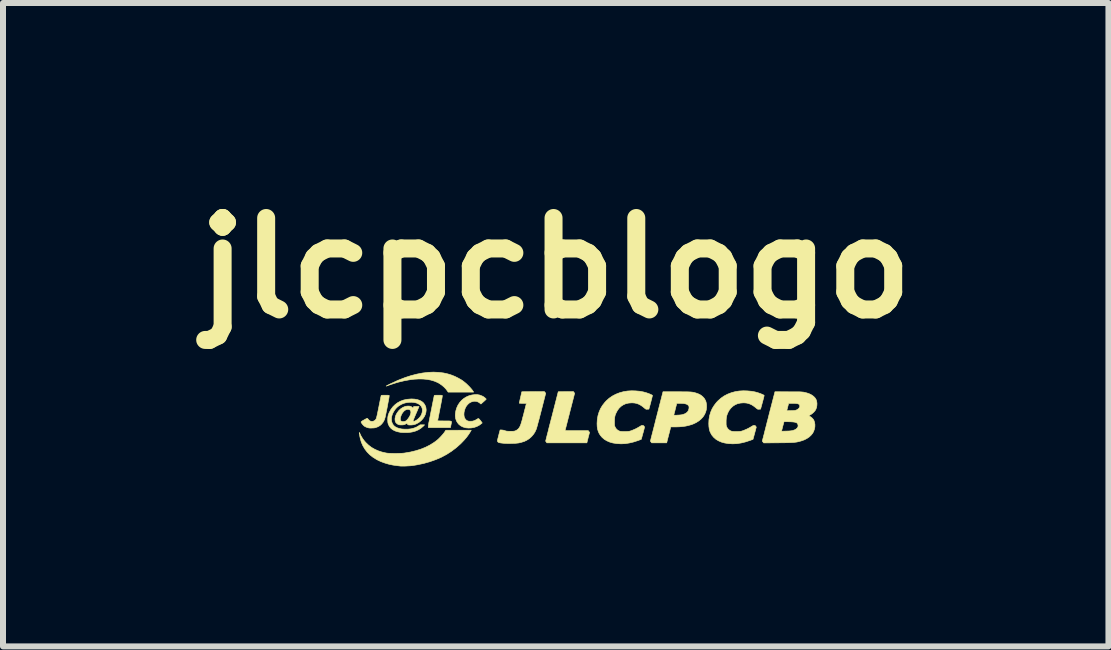
<source format=kicad_pcb>
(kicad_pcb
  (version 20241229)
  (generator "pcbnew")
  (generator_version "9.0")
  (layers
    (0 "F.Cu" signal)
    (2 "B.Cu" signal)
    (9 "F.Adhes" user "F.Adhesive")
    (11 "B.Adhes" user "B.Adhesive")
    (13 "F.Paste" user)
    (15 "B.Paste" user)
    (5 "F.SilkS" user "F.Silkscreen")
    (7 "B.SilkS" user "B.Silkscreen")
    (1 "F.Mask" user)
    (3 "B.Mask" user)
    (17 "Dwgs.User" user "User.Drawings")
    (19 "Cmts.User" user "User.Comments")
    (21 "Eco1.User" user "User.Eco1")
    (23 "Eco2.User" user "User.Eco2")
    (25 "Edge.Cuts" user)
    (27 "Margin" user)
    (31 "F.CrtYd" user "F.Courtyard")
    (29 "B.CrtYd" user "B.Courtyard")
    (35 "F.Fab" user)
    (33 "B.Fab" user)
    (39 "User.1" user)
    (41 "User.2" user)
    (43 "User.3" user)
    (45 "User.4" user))
  (footprint "jlcpcblogo"
    (layer "F.Cu")
    (at 6.712 3.918)
    (property "Reference" "jlcpcblogo" (at -0.5 -2.5 0) (layer "F.SilkS") (effects (font (size 1.524 1.524) (thickness 0.3))))
    (attr through_hole)
    (fp_poly (pts (xy -0.195 -0.427) (xy -0.185 -0.413) (xy -0.264 -0.106) (xy -0.276 -0.058) (xy -0.288 -0.012) (xy -0.299 0.031) (xy -0.309 0.07) (xy -0.318 0.106) (xy -0.326 0.137) (xy -0.333 0.163) (xy -0.338 0.183) (xy -0.342 0.197) (xy -0.344 0.205) (xy -0.344 0.205) (xy -0.343 0.207) (xy -0.339 0.208) (xy -0.33 0.208) (xy -0.317 0.209) (xy -0.299 0.21) (xy -0.275 0.21) (xy -0.245 0.21) (xy -0.209 0.21) (xy -0.165 0.21) (xy -0.152 0.21) (xy 0.043 0.21) (xy 0.053 0.224) (xy 0.064 0.238) (xy 0.041 0.325) (xy 0.019 0.413) (xy -0.647 0.413) (xy -0.657 0.399) (xy -0.668 0.384) (xy -0.659 0.348) (xy -0.657 0.339) (xy -0.653 0.323) (xy -0.647 0.3) (xy -0.64 0.272) (xy -0.631 0.238) (xy -0.621 0.199) (xy -0.611 0.156) (xy -0.599 0.11) (xy -0.586 0.061) (xy -0.573 0.009) (xy -0.559 -0.044) (xy -0.554 -0.064) (xy -0.458 -0.439) (xy -0.204 -0.441) (xy -0.195 -0.427)) (stroke (width 0.01) (type solid)) (fill yes) (layer "F.SilkS"))
    (fp_poly (pts (xy -2.453 -0.762) (xy -2.37 -0.752) (xy -2.298 -0.736) (xy -2.24 -0.718) (xy -2.182 -0.695) (xy -2.126 -0.667) (xy -2.073 -0.637) (xy -2.048 -0.62) (xy -2.021 -0.599) (xy -1.992 -0.575) (xy -1.964 -0.548) (xy -1.937 -0.521) (xy -1.913 -0.494) (xy -1.892 -0.469) (xy -1.877 -0.447) (xy -1.876 -0.445) (xy -1.869 -0.433) (xy -2.293 -0.433) (xy -2.308 -0.455) (xy -2.331 -0.486) (xy -2.361 -0.517) (xy -2.395 -0.546) (xy -2.432 -0.572) (xy -2.469 -0.594) (xy -2.471 -0.594) (xy -2.523 -0.616) (xy -2.58 -0.633) (xy -2.643 -0.645) (xy -2.71 -0.651) (xy -2.782 -0.652) (xy -2.858 -0.648) (xy -2.937 -0.638) (xy -3.02 -0.623) (xy -3.105 -0.603) (xy -3.128 -0.597) (xy -3.15 -0.591) (xy -3.175 -0.583) (xy -3.203 -0.574) (xy -3.231 -0.565) (xy -3.258 -0.556) (xy -3.282 -0.548) (xy -3.301 -0.541) (xy -3.309 -0.538) (xy -3.318 -0.534) (xy -3.324 -0.533) (xy -3.325 -0.534) (xy -3.322 -0.536) (xy -3.314 -0.541) (xy -3.299 -0.549) (xy -3.281 -0.558) (xy -3.259 -0.569) (xy -3.235 -0.58) (xy -3.209 -0.592) (xy -3.183 -0.604) (xy -3.158 -0.616) (xy -3.134 -0.627) (xy -3.112 -0.636) (xy -3.11 -0.637) (xy -3.009 -0.676) (xy -2.91 -0.708) (xy -2.813 -0.733) (xy -2.719 -0.751) (xy -2.627 -0.762) (xy -2.539 -0.766) (xy -2.453 -0.762)) (stroke (width 0.01) (type solid)) (fill yes) (layer "F.SilkS"))
    (fp_poly (pts (xy -2.434 -0.381) (xy -2.416 -0.381) (xy -2.404 -0.38) (xy -2.396 -0.379) (xy -2.392 -0.377) (xy -2.39 -0.375) (xy -2.39 -0.369) (xy -2.392 -0.356) (xy -2.395 -0.335) (xy -2.4 -0.306) (xy -2.407 -0.27) (xy -2.415 -0.227) (xy -2.425 -0.176) (xy -2.428 -0.163) (xy -2.435 -0.124) (xy -2.443 -0.087) (xy -2.449 -0.054) (xy -2.455 -0.024) (xy -2.46 0.002) (xy -2.464 0.022) (xy -2.467 0.036) (xy -2.468 0.044) (xy -2.469 0.045) (xy -2.465 0.045) (xy -2.454 0.046) (xy -2.437 0.047) (xy -2.416 0.047) (xy -2.39 0.047) (xy -2.362 0.048) (xy -2.358 0.048) (xy -2.323 0.048) (xy -2.295 0.048) (xy -2.274 0.048) (xy -2.258 0.05) (xy -2.247 0.052) (xy -2.241 0.055) (xy -2.237 0.06) (xy -2.237 0.066) (xy -2.238 0.075) (xy -2.24 0.085) (xy -2.24 0.087) (xy -2.244 0.106) (xy -2.248 0.125) (xy -2.25 0.136) (xy -2.255 0.159) (xy -2.62 0.159) (xy -2.624 0.149) (xy -2.624 0.146) (xy -2.624 0.14) (xy -2.623 0.131) (xy -2.621 0.117) (xy -2.619 0.1) (xy -2.615 0.077) (xy -2.609 0.05) (xy -2.603 0.016) (xy -2.595 -0.024) (xy -2.586 -0.071) (xy -2.578 -0.111) (xy -2.569 -0.155) (xy -2.561 -0.197) (xy -2.553 -0.236) (xy -2.546 -0.271) (xy -2.54 -0.302) (xy -2.534 -0.328) (xy -2.53 -0.349) (xy -2.527 -0.364) (xy -2.526 -0.371) (xy -2.525 -0.372) (xy -2.524 -0.375) (xy -2.522 -0.378) (xy -2.518 -0.379) (xy -2.51 -0.38) (xy -2.498 -0.381) (xy -2.48 -0.381) (xy -2.458 -0.381) (xy -2.434 -0.381)) (stroke (width 0.01) (type solid)) (fill yes) (layer "F.SilkS"))
    (fp_poly (pts (xy -1.807 -0.391) (xy -1.767 -0.384) (xy -1.729 -0.369) (xy -1.724 -0.367) (xy -1.709 -0.359) (xy -1.694 -0.349) (xy -1.68 -0.338) (xy -1.669 -0.328) (xy -1.661 -0.32) (xy -1.659 -0.314) (xy -1.659 -0.314) (xy -1.663 -0.31) (xy -1.671 -0.302) (xy -1.683 -0.291) (xy -1.698 -0.277) (xy -1.704 -0.272) (xy -1.747 -0.234) (xy -1.763 -0.248) (xy -1.789 -0.266) (xy -1.817 -0.277) (xy -1.848 -0.281) (xy -1.877 -0.278) (xy -1.912 -0.267) (xy -1.943 -0.249) (xy -1.97 -0.224) (xy -1.993 -0.194) (xy -2.011 -0.158) (xy -2.023 -0.118) (xy -2.028 -0.094) (xy -2.03 -0.06) (xy -2.027 -0.029) (xy -2.018 -0.002) (xy -2.004 0.021) (xy -1.986 0.038) (xy -1.966 0.048) (xy -1.954 0.051) (xy -1.938 0.053) (xy -1.919 0.053) (xy -1.917 0.053) (xy -1.885 0.051) (xy -1.856 0.042) (xy -1.827 0.028) (xy -1.817 0.022) (xy -1.805 0.014) (xy -1.794 0.009) (xy -1.788 0.008) (xy -1.783 0.01) (xy -1.775 0.017) (xy -1.764 0.03) (xy -1.752 0.044) (xy -1.725 0.081) (xy -1.741 0.094) (xy -1.776 0.12) (xy -1.817 0.141) (xy -1.861 0.156) (xy -1.907 0.164) (xy -1.953 0.166) (xy -1.999 0.162) (xy -2.006 0.16) (xy -2.047 0.148) (xy -2.082 0.13) (xy -2.113 0.106) (xy -2.137 0.077) (xy -2.156 0.044) (xy -2.168 0.007) (xy -2.174 -0.034) (xy -2.173 -0.067) (xy -2.165 -0.12) (xy -2.15 -0.17) (xy -2.129 -0.216) (xy -2.102 -0.257) (xy -2.07 -0.294) (xy -2.033 -0.326) (xy -1.991 -0.352) (xy -1.946 -0.372) (xy -1.897 -0.385) (xy -1.849 -0.391) (xy -1.807 -0.391)) (stroke (width 0.01) (type solid)) (fill yes) (layer "F.SilkS"))
    (fp_poly (pts (xy -1.921 0.225) (xy -1.95 0.271) (xy -1.985 0.319) (xy -2.027 0.368) (xy -2.075 0.418) (xy -2.086 0.429) (xy -2.158 0.493) (xy -2.236 0.552) (xy -2.318 0.605) (xy -2.406 0.652) (xy -2.499 0.692) (xy -2.598 0.727) (xy -2.701 0.756) (xy -2.81 0.779) (xy -2.891 0.792) (xy -2.91 0.794) (xy -2.934 0.796) (xy -2.961 0.797) (xy -2.99 0.799) (xy -3.018 0.8) (xy -3.044 0.8) (xy -3.067 0.8) (xy -3.085 0.8) (xy -3.092 0.799) (xy -3.102 0.798) (xy -3.117 0.796) (xy -3.135 0.794) (xy -3.143 0.793) (xy -3.214 0.783) (xy -3.284 0.768) (xy -3.351 0.748) (xy -3.414 0.725) (xy -3.471 0.698) (xy -3.488 0.689) (xy -3.547 0.652) (xy -3.599 0.611) (xy -3.644 0.565) (xy -3.682 0.515) (xy -3.714 0.461) (xy -3.74 0.402) (xy -3.758 0.339) (xy -3.766 0.3) (xy -3.769 0.281) (xy -3.772 0.264) (xy -3.774 0.251) (xy -3.774 0.245) (xy -3.774 0.239) (xy -3.772 0.241) (xy -3.769 0.246) (xy -3.745 0.297) (xy -3.718 0.342) (xy -3.688 0.382) (xy -3.666 0.407) (xy -3.621 0.45) (xy -3.572 0.488) (xy -3.518 0.519) (xy -3.46 0.545) (xy -3.397 0.566) (xy -3.327 0.582) (xy -3.326 0.582) (xy -3.306 0.585) (xy -3.28 0.587) (xy -3.249 0.588) (xy -3.214 0.589) (xy -3.177 0.59) (xy -3.14 0.589) (xy -3.104 0.588) (xy -3.07 0.587) (xy -3.04 0.585) (xy -3.016 0.582) (xy -2.922 0.566) (xy -2.832 0.544) (xy -2.748 0.518) (xy -2.669 0.486) (xy -2.596 0.449) (xy -2.529 0.407) (xy -2.479 0.37) (xy -2.456 0.35) (xy -2.432 0.326) (xy -2.408 0.301) (xy -2.385 0.275) (xy -2.365 0.251) (xy -2.353 0.234) (xy -2.332 0.203) (xy -1.908 0.202) (xy -1.921 0.225)) (stroke (width 0.01) (type solid)) (fill yes) (layer "F.SilkS"))
    (fp_poly (pts (xy -3.319 -0.381) (xy -3.301 -0.381) (xy -3.289 -0.38) (xy -3.281 -0.379) (xy -3.277 -0.377) (xy -3.275 -0.375) (xy -3.275 -0.37) (xy -3.277 -0.358) (xy -3.279 -0.34) (xy -3.283 -0.317) (xy -3.288 -0.29) (xy -3.294 -0.26) (xy -3.3 -0.227) (xy -3.306 -0.193) (xy -3.313 -0.158) (xy -3.32 -0.123) (xy -3.327 -0.09) (xy -3.333 -0.059) (xy -3.339 -0.03) (xy -3.344 -0.009) (xy -3.357 0.031) (xy -3.376 0.067) (xy -3.401 0.099) (xy -3.43 0.125) (xy -3.465 0.145) (xy -3.503 0.159) (xy -3.511 0.161) (xy -3.529 0.164) (xy -3.552 0.165) (xy -3.575 0.166) (xy -3.598 0.166) (xy -3.615 0.164) (xy -3.616 0.164) (xy -3.639 0.158) (xy -3.663 0.149) (xy -3.684 0.138) (xy -3.693 0.132) (xy -3.705 0.121) (xy -3.718 0.107) (xy -3.73 0.091) (xy -3.739 0.077) (xy -3.744 0.067) (xy -3.743 0.063) (xy -3.738 0.058) (xy -3.729 0.051) (xy -3.714 0.041) (xy -3.697 0.032) (xy -3.679 0.022) (xy -3.663 0.013) (xy -3.651 0.007) (xy -3.643 0.004) (xy -3.642 0.004) (xy -3.636 0.007) (xy -3.629 0.015) (xy -3.623 0.022) (xy -3.607 0.04) (xy -3.588 0.051) (xy -3.567 0.055) (xy -3.546 0.054) (xy -3.526 0.046) (xy -3.508 0.033) (xy -3.494 0.014) (xy -3.489 0.002) (xy -3.487 -0.006) (xy -3.483 -0.021) (xy -3.478 -0.042) (xy -3.472 -0.068) (xy -3.466 -0.098) (xy -3.459 -0.131) (xy -3.452 -0.167) (xy -3.447 -0.191) (xy -3.44 -0.227) (xy -3.433 -0.261) (xy -3.427 -0.292) (xy -3.421 -0.319) (xy -3.417 -0.341) (xy -3.413 -0.358) (xy -3.411 -0.369) (xy -3.41 -0.372) (xy -3.409 -0.375) (xy -3.407 -0.378) (xy -3.403 -0.379) (xy -3.395 -0.38) (xy -3.383 -0.381) (xy -3.365 -0.381) (xy -3.343 -0.381) (xy -3.319 -0.381)) (stroke (width 0.01) (type solid)) (fill yes) (layer "F.SilkS"))
    (fp_poly (pts (xy -0.667 -0.413) (xy -0.74 -0.128) (xy -0.752 -0.081) (xy -0.764 -0.036) (xy -0.775 0.008) (xy -0.786 0.048) (xy -0.796 0.084) (xy -0.804 0.116) (xy -0.812 0.144) (xy -0.818 0.165) (xy -0.823 0.18) (xy -0.825 0.187) (xy -0.844 0.228) (xy -0.866 0.264) (xy -0.893 0.297) (xy -0.907 0.312) (xy -0.942 0.343) (xy -0.981 0.368) (xy -1.024 0.389) (xy -1.073 0.404) (xy -1.119 0.415) (xy -1.139 0.417) (xy -1.166 0.42) (xy -1.196 0.421) (xy -1.23 0.422) (xy -1.264 0.423) (xy -1.297 0.423) (xy -1.328 0.422) (xy -1.354 0.421) (xy -1.357 0.421) (xy -1.388 0.418) (xy -1.413 0.415) (xy -1.431 0.412) (xy -1.445 0.409) (xy -1.454 0.405) (xy -1.461 0.4) (xy -1.463 0.398) (xy -1.47 0.388) (xy -1.472 0.38) (xy -1.472 0.38) (xy -1.471 0.374) (xy -1.469 0.361) (xy -1.465 0.344) (xy -1.459 0.322) (xy -1.453 0.298) (xy -1.45 0.285) (xy -1.427 0.198) (xy -1.403 0.198) (xy -1.376 0.201) (xy -1.349 0.209) (xy -1.337 0.213) (xy -1.327 0.216) (xy -1.316 0.218) (xy -1.303 0.219) (xy -1.286 0.22) (xy -1.264 0.22) (xy -1.256 0.22) (xy -1.232 0.22) (xy -1.213 0.22) (xy -1.2 0.219) (xy -1.189 0.217) (xy -1.18 0.215) (xy -1.17 0.211) (xy -1.169 0.211) (xy -1.144 0.197) (xy -1.122 0.179) (xy -1.104 0.154) (xy -1.095 0.137) (xy -1.091 0.128) (xy -1.087 0.118) (xy -1.083 0.108) (xy -1.079 0.097) (xy -1.075 0.083) (xy -1.07 0.067) (xy -1.064 0.047) (xy -1.057 0.022) (xy -1.05 -0.008) (xy -1.04 -0.043) (xy -1.029 -0.086) (xy -1.026 -0.099) (xy -1.018 -0.131) (xy -1.01 -0.16) (xy -1.004 -0.186) (xy -0.998 -0.208) (xy -0.994 -0.225) (xy -0.991 -0.235) (xy -0.99 -0.239) (xy -0.99 -0.242) (xy -0.991 -0.244) (xy -0.997 -0.245) (xy -1.006 -0.246) (xy -1.021 -0.246) (xy -1.043 -0.246) (xy -1.047 -0.246) (xy -1.068 -0.246) (xy -1.086 -0.247) (xy -1.099 -0.248) (xy -1.106 -0.248) (xy -1.107 -0.249) (xy -1.106 -0.254) (xy -1.104 -0.265) (xy -1.1 -0.282) (xy -1.096 -0.303) (xy -1.09 -0.327) (xy -1.086 -0.345) (xy -1.065 -0.439) (xy -0.877 -0.44) (xy -0.688 -0.441) (xy -0.667 -0.413)) (stroke (width 0.01) (type solid)) (fill yes) (layer "F.SilkS"))
    (fp_poly (pts (xy 1.562 -0.439) (xy 1.607 -0.438) (xy 1.646 -0.438) (xy 1.679 -0.438) (xy 1.707 -0.437) (xy 1.73 -0.436) (xy 1.75 -0.435) (xy 1.768 -0.433) (xy 1.784 -0.431) (xy 1.798 -0.428) (xy 1.812 -0.425) (xy 1.826 -0.421) (xy 1.837 -0.418) (xy 1.881 -0.402) (xy 1.919 -0.382) (xy 1.951 -0.356) (xy 1.977 -0.327) (xy 1.996 -0.293) (xy 2.006 -0.266) (xy 2.013 -0.225) (xy 2.014 -0.181) (xy 2.009 -0.137) (xy 1.998 -0.098) (xy 1.98 -0.058) (xy 1.955 -0.02) (xy 1.923 0.015) (xy 1.886 0.046) (xy 1.842 0.074) (xy 1.794 0.097) (xy 1.762 0.109) (xy 1.716 0.122) (xy 1.669 0.133) (xy 1.621 0.14) (xy 1.568 0.145) (xy 1.51 0.147) (xy 1.491 0.147) (xy 1.417 0.147) (xy 1.413 0.162) (xy 1.411 0.17) (xy 1.408 0.184) (xy 1.403 0.203) (xy 1.397 0.227) (xy 1.39 0.254) (xy 1.383 0.28) (xy 1.376 0.308) (xy 1.369 0.334) (xy 1.363 0.358) (xy 1.358 0.377) (xy 1.355 0.391) (xy 1.353 0.398) (xy 1.349 0.413) (xy 1.1 0.413) (xy 1.089 0.399) (xy 1.078 0.384) (xy 1.087 0.348) (xy 1.089 0.339) (xy 1.093 0.323) (xy 1.099 0.3) (xy 1.106 0.272) (xy 1.115 0.238) (xy 1.125 0.199) (xy 1.136 0.156) (xy 1.148 0.11) (xy 1.16 0.061) (xy 1.173 0.009) (xy 1.187 -0.044) (xy 1.189 -0.051) (xy 1.469 -0.051) (xy 1.47 -0.049) (xy 1.474 -0.048) (xy 1.483 -0.048) (xy 1.496 -0.048) (xy 1.516 -0.048) (xy 1.526 -0.049) (xy 1.55 -0.05) (xy 1.573 -0.052) (xy 1.593 -0.054) (xy 1.608 -0.057) (xy 1.61 -0.057) (xy 1.646 -0.069) (xy 1.675 -0.085) (xy 1.697 -0.104) (xy 1.712 -0.128) (xy 1.72 -0.155) (xy 1.721 -0.167) (xy 1.722 -0.182) (xy 1.721 -0.192) (xy 1.717 -0.201) (xy 1.714 -0.206) (xy 1.702 -0.219) (xy 1.685 -0.23) (xy 1.663 -0.237) (xy 1.635 -0.243) (xy 1.6 -0.245) (xy 1.568 -0.246) (xy 1.518 -0.246) (xy 1.494 -0.154) (xy 1.488 -0.128) (xy 1.482 -0.104) (xy 1.476 -0.083) (xy 1.472 -0.067) (xy 1.47 -0.057) (xy 1.469 -0.054) (xy 1.469 -0.051) (xy 1.189 -0.051) (xy 1.192 -0.064) (xy 1.288 -0.439) (xy 1.51 -0.439) (xy 1.562 -0.439)) (stroke (width 0.01) (type solid)) (fill yes) (layer "F.SilkS"))
    (fp_poly (pts (xy 0.832 -0.453) (xy 0.9 -0.447) (xy 0.96 -0.436) (xy 1.014 -0.421) (xy 1.017 -0.42) (xy 1.036 -0.413) (xy 1.056 -0.406) (xy 1.075 -0.398) (xy 1.092 -0.39) (xy 1.104 -0.384) (xy 1.111 -0.379) (xy 1.112 -0.378) (xy 1.112 -0.374) (xy 1.109 -0.363) (xy 1.105 -0.346) (xy 1.1 -0.324) (xy 1.093 -0.299) (xy 1.086 -0.271) (xy 1.084 -0.262) (xy 1.053 -0.149) (xy 1.028 -0.148) (xy 1.015 -0.147) (xy 1.006 -0.148) (xy 0.998 -0.152) (xy 0.989 -0.159) (xy 0.981 -0.165) (xy 0.946 -0.194) (xy 0.913 -0.216) (xy 0.882 -0.232) (xy 0.85 -0.244) (xy 0.816 -0.251) (xy 0.779 -0.254) (xy 0.763 -0.254) (xy 0.714 -0.25) (xy 0.669 -0.24) (xy 0.628 -0.222) (xy 0.591 -0.198) (xy 0.558 -0.167) (xy 0.53 -0.13) (xy 0.512 -0.097) (xy 0.499 -0.07) (xy 0.49 -0.045) (xy 0.484 -0.019) (xy 0.481 0.01) (xy 0.479 0.043) (xy 0.479 0.06) (xy 0.479 0.084) (xy 0.479 0.102) (xy 0.48 0.115) (xy 0.481 0.125) (xy 0.484 0.135) (xy 0.488 0.145) (xy 0.488 0.145) (xy 0.502 0.171) (xy 0.522 0.193) (xy 0.547 0.21) (xy 0.558 0.215) (xy 0.568 0.218) (xy 0.576 0.221) (xy 0.586 0.222) (xy 0.599 0.223) (xy 0.616 0.224) (xy 0.639 0.224) (xy 0.647 0.224) (xy 0.674 0.224) (xy 0.694 0.223) (xy 0.711 0.222) (xy 0.725 0.22) (xy 0.738 0.217) (xy 0.744 0.215) (xy 0.766 0.208) (xy 0.792 0.197) (xy 0.82 0.185) (xy 0.849 0.171) (xy 0.875 0.156) (xy 0.898 0.143) (xy 0.9 0.142) (xy 0.915 0.132) (xy 0.927 0.126) (xy 0.937 0.123) (xy 0.945 0.123) (xy 0.957 0.124) (xy 0.965 0.128) (xy 0.972 0.135) (xy 0.977 0.144) (xy 0.98 0.151) (xy 0.98 0.152) (xy 0.979 0.157) (xy 0.976 0.168) (xy 0.972 0.186) (xy 0.966 0.207) (xy 0.96 0.232) (xy 0.953 0.255) (xy 0.926 0.354) (xy 0.873 0.374) (xy 0.799 0.398) (xy 0.727 0.415) (xy 0.657 0.426) (xy 0.588 0.429) (xy 0.519 0.425) (xy 0.512 0.424) (xy 0.453 0.415) (xy 0.4 0.4) (xy 0.352 0.379) (xy 0.31 0.354) (xy 0.274 0.323) (xy 0.244 0.288) (xy 0.223 0.254) (xy 0.208 0.22) (xy 0.197 0.182) (xy 0.191 0.14) (xy 0.189 0.092) (xy 0.189 0.091) (xy 0.193 0.024) (xy 0.204 -0.04) (xy 0.222 -0.1) (xy 0.247 -0.158) (xy 0.279 -0.211) (xy 0.319 -0.262) (xy 0.343 -0.288) (xy 0.391 -0.331) (xy 0.445 -0.368) (xy 0.502 -0.398) (xy 0.564 -0.422) (xy 0.629 -0.44) (xy 0.697 -0.451) (xy 0.768 -0.455) (xy 0.832 -0.453)) (stroke (width 0.01) (type solid)) (fill yes) (layer "F.SilkS"))
    (fp_poly (pts (xy 2.694 -0.453) (xy 2.761 -0.447) (xy 2.822 -0.436) (xy 2.875 -0.421) (xy 2.878 -0.42) (xy 2.897 -0.413) (xy 2.917 -0.406) (xy 2.936 -0.398) (xy 2.953 -0.39) (xy 2.966 -0.384) (xy 2.973 -0.379) (xy 2.974 -0.378) (xy 2.973 -0.374) (xy 2.971 -0.363) (xy 2.967 -0.346) (xy 2.961 -0.324) (xy 2.955 -0.299) (xy 2.947 -0.271) (xy 2.945 -0.262) (xy 2.914 -0.149) (xy 2.89 -0.148) (xy 2.877 -0.147) (xy 2.868 -0.148) (xy 2.86 -0.152) (xy 2.851 -0.159) (xy 2.843 -0.165) (xy 2.807 -0.194) (xy 2.775 -0.216) (xy 2.743 -0.232) (xy 2.711 -0.244) (xy 2.677 -0.251) (xy 2.64 -0.254) (xy 2.624 -0.254) (xy 2.576 -0.25) (xy 2.531 -0.24) (xy 2.49 -0.222) (xy 2.453 -0.198) (xy 2.42 -0.167) (xy 2.391 -0.13) (xy 2.373 -0.097) (xy 2.361 -0.07) (xy 2.352 -0.045) (xy 2.346 -0.019) (xy 2.342 0.01) (xy 2.34 0.043) (xy 2.34 0.06) (xy 2.34 0.084) (xy 2.34 0.102) (xy 2.341 0.115) (xy 2.343 0.125) (xy 2.345 0.135) (xy 2.349 0.145) (xy 2.349 0.145) (xy 2.363 0.171) (xy 2.384 0.193) (xy 2.409 0.21) (xy 2.419 0.215) (xy 2.429 0.218) (xy 2.438 0.221) (xy 2.448 0.222) (xy 2.461 0.223) (xy 2.478 0.224) (xy 2.5 0.224) (xy 2.508 0.224) (xy 2.535 0.224) (xy 2.556 0.223) (xy 2.572 0.222) (xy 2.586 0.22) (xy 2.6 0.217) (xy 2.605 0.215) (xy 2.627 0.208) (xy 2.653 0.197) (xy 2.681 0.185) (xy 2.71 0.171) (xy 2.737 0.156) (xy 2.759 0.143) (xy 2.761 0.142) (xy 2.777 0.132) (xy 2.788 0.126) (xy 2.799 0.123) (xy 2.807 0.123) (xy 2.819 0.124) (xy 2.827 0.128) (xy 2.833 0.135) (xy 2.839 0.144) (xy 2.842 0.151) (xy 2.842 0.152) (xy 2.841 0.157) (xy 2.838 0.168) (xy 2.833 0.186) (xy 2.828 0.207) (xy 2.821 0.232) (xy 2.815 0.255) (xy 2.788 0.354) (xy 2.734 0.374) (xy 2.66 0.398) (xy 2.589 0.415) (xy 2.519 0.426) (xy 2.449 0.429) (xy 2.38 0.425) (xy 2.373 0.424) (xy 2.315 0.415) (xy 2.261 0.4) (xy 2.213 0.379) (xy 2.171 0.354) (xy 2.135 0.323) (xy 2.105 0.288) (xy 2.085 0.254) (xy 2.069 0.22) (xy 2.059 0.182) (xy 2.053 0.14) (xy 2.051 0.092) (xy 2.051 0.091) (xy 2.054 0.024) (xy 2.065 -0.04) (xy 2.083 -0.1) (xy 2.108 -0.158) (xy 2.141 -0.211) (xy 2.18 -0.262) (xy 2.205 -0.288) (xy 2.253 -0.331) (xy 2.306 -0.368) (xy 2.363 -0.398) (xy 2.425 -0.422) (xy 2.49 -0.44) (xy 2.558 -0.451) (xy 2.629 -0.455) (xy 2.694 -0.453)) (stroke (width 0.01) (type solid)) (fill yes) (layer "F.SilkS"))
    (fp_poly (pts (xy 3.376 -0.438) (xy 3.424 -0.438) (xy 3.466 -0.438) (xy 3.501 -0.438) (xy 3.53 -0.438) (xy 3.554 -0.438) (xy 3.574 -0.437) (xy 3.59 -0.436) (xy 3.603 -0.435) (xy 3.614 -0.434) (xy 3.624 -0.433) (xy 3.633 -0.432) (xy 3.635 -0.431) (xy 3.686 -0.419) (xy 3.731 -0.403) (xy 3.769 -0.383) (xy 3.8 -0.36) (xy 3.825 -0.333) (xy 3.84 -0.308) (xy 3.849 -0.28) (xy 3.854 -0.248) (xy 3.853 -0.214) (xy 3.848 -0.181) (xy 3.837 -0.149) (xy 3.834 -0.143) (xy 3.822 -0.123) (xy 3.804 -0.102) (xy 3.783 -0.082) (xy 3.761 -0.065) (xy 3.746 -0.056) (xy 3.733 -0.049) (xy 3.723 -0.043) (xy 3.719 -0.04) (xy 3.719 -0.04) (xy 3.722 -0.037) (xy 3.73 -0.032) (xy 3.737 -0.028) (xy 3.761 -0.012) (xy 3.782 0.008) (xy 3.799 0.03) (xy 3.804 0.041) (xy 3.815 0.074) (xy 3.82 0.11) (xy 3.819 0.148) (xy 3.811 0.186) (xy 3.798 0.223) (xy 3.782 0.253) (xy 3.756 0.285) (xy 3.724 0.315) (xy 3.685 0.341) (xy 3.642 0.363) (xy 3.594 0.38) (xy 3.562 0.389) (xy 3.545 0.393) (xy 3.529 0.397) (xy 3.513 0.4) (xy 3.497 0.402) (xy 3.48 0.404) (xy 3.462 0.406) (xy 3.441 0.407) (xy 3.416 0.408) (xy 3.388 0.409) (xy 3.355 0.41) (xy 3.316 0.411) (xy 3.271 0.411) (xy 3.219 0.412) (xy 3.206 0.412) (xy 2.966 0.414) (xy 2.955 0.399) (xy 2.943 0.384) (xy 2.952 0.348) (xy 2.954 0.339) (xy 2.959 0.323) (xy 2.964 0.3) (xy 2.972 0.272) (xy 2.98 0.238) (xy 2.985 0.219) (xy 3.263 0.219) (xy 3.341 0.217) (xy 3.371 0.216) (xy 3.395 0.215) (xy 3.414 0.213) (xy 3.43 0.211) (xy 3.444 0.209) (xy 3.451 0.207) (xy 3.482 0.196) (xy 3.506 0.183) (xy 3.524 0.166) (xy 3.536 0.148) (xy 3.54 0.128) (xy 3.536 0.107) (xy 3.536 0.106) (xy 3.53 0.094) (xy 3.523 0.085) (xy 3.512 0.077) (xy 3.497 0.072) (xy 3.477 0.067) (xy 3.452 0.064) (xy 3.421 0.062) (xy 3.387 0.061) (xy 3.358 0.06) (xy 3.334 0.06) (xy 3.317 0.06) (xy 3.307 0.061) (xy 3.305 0.062) (xy 3.303 0.067) (xy 3.3 0.078) (xy 3.295 0.095) (xy 3.29 0.116) (xy 3.283 0.139) (xy 3.283 0.143) (xy 3.263 0.219) (xy 2.985 0.219) (xy 2.99 0.199) (xy 3.001 0.156) (xy 3.013 0.11) (xy 3.025 0.061) (xy 3.039 0.009) (xy 3.052 -0.044) (xy 3.057 -0.064) (xy 3.072 -0.122) (xy 3.35 -0.122) (xy 3.418 -0.124) (xy 3.447 -0.125) (xy 3.47 -0.126) (xy 3.487 -0.128) (xy 3.5 -0.131) (xy 3.507 -0.133) (xy 3.529 -0.143) (xy 3.546 -0.156) (xy 3.559 -0.172) (xy 3.567 -0.188) (xy 3.568 -0.205) (xy 3.562 -0.22) (xy 3.56 -0.224) (xy 3.552 -0.231) (xy 3.54 -0.237) (xy 3.525 -0.241) (xy 3.505 -0.244) (xy 3.478 -0.246) (xy 3.446 -0.246) (xy 3.424 -0.246) (xy 3.406 -0.246) (xy 3.392 -0.245) (xy 3.383 -0.245) (xy 3.381 -0.244) (xy 3.38 -0.24) (xy 3.378 -0.229) (xy 3.374 -0.214) (xy 3.369 -0.195) (xy 3.366 -0.182) (xy 3.35 -0.122) (xy 3.072 -0.122) (xy 3.154 -0.439) (xy 3.376 -0.438)) (stroke (width 0.01) (type solid)) (fill yes) (layer "F.SilkS"))
    (fp_poly (pts (xy -2.851 -0.316) (xy -2.806 -0.308) (xy -2.767 -0.295) (xy -2.734 -0.278) (xy -2.706 -0.255) (xy -2.685 -0.227) (xy -2.669 -0.195) (xy -2.663 -0.172) (xy -2.659 -0.135) (xy -2.663 -0.098) (xy -2.673 -0.061) (xy -2.69 -0.025) (xy -2.713 0.009) (xy -2.741 0.04) (xy -2.772 0.066) (xy -2.806 0.087) (xy -2.838 0.102) (xy -2.87 0.111) (xy -2.906 0.115) (xy -2.921 0.115) (xy -2.938 0.115) (xy -2.95 0.114) (xy -2.958 0.112) (xy -2.963 0.109) (xy -2.966 0.106) (xy -2.973 0.098) (xy -2.977 0.092) (xy -2.977 0.092) (xy -2.981 0.09) (xy -2.99 0.093) (xy -3.004 0.1) (xy -3.018 0.107) (xy -3.032 0.111) (xy -3.047 0.113) (xy -3.062 0.114) (xy -3.09 0.114) (xy -3.112 0.111) (xy -3.13 0.104) (xy -3.147 0.092) (xy -3.149 0.091) (xy -3.165 0.074) (xy -3.174 0.055) (xy -3.178 0.032) (xy -3.178 0.011) (xy -3.178 0.009) (xy -3.09 0.009) (xy -3.089 0.029) (xy -3.083 0.044) (xy -3.082 0.045) (xy -3.07 0.054) (xy -3.054 0.059) (xy -3.035 0.059) (xy -3.016 0.056) (xy -2.998 0.048) (xy -2.98 0.033) (xy -2.962 0.012) (xy -2.945 -0.012) (xy -2.93 -0.038) (xy -2.92 -0.064) (xy -2.914 -0.088) (xy -2.914 -0.088) (xy -2.915 -0.11) (xy -2.922 -0.127) (xy -2.934 -0.139) (xy -2.95 -0.145) (xy -2.97 -0.146) (xy -2.992 -0.14) (xy -3.003 -0.135) (xy -3.022 -0.123) (xy -3.039 -0.105) (xy -3.055 -0.085) (xy -3.069 -0.061) (xy -3.079 -0.037) (xy -3.087 -0.013) (xy -3.09 0.009) (xy -3.178 0.009) (xy -3.173 -0.02) (xy -3.163 -0.051) (xy -3.146 -0.082) (xy -3.139 -0.093) (xy -3.112 -0.128) (xy -3.081 -0.156) (xy -3.047 -0.178) (xy -3.011 -0.193) (xy -2.995 -0.197) (xy -2.968 -0.2) (xy -2.942 -0.2) (xy -2.919 -0.195) (xy -2.9 -0.186) (xy -2.888 -0.174) (xy -2.883 -0.168) (xy -2.88 -0.168) (xy -2.877 -0.172) (xy -2.872 -0.182) (xy -2.865 -0.194) (xy -2.822 -0.194) (xy -2.804 -0.194) (xy -2.79 -0.194) (xy -2.781 -0.193) (xy -2.778 -0.192) (xy -2.78 -0.188) (xy -2.784 -0.178) (xy -2.791 -0.162) (xy -2.8 -0.141) (xy -2.81 -0.117) (xy -2.822 -0.09) (xy -2.828 -0.076) (xy -2.84 -0.048) (xy -2.851 -0.022) (xy -2.861 0.002) (xy -2.868 0.021) (xy -2.874 0.035) (xy -2.876 0.044) (xy -2.877 0.046) (xy -2.872 0.052) (xy -2.864 0.054) (xy -2.851 0.051) (xy -2.835 0.043) (xy -2.818 0.033) (xy -2.799 0.018) (xy -2.781 0.002) (xy -2.779 0.000437) (xy -2.754 -0.029) (xy -2.737 -0.059) (xy -2.727 -0.091) (xy -2.723 -0.117) (xy -2.723 -0.144) (xy -2.727 -0.165) (xy -2.735 -0.185) (xy -2.746 -0.202) (xy -2.766 -0.222) (xy -2.792 -0.239) (xy -2.823 -0.252) (xy -2.859 -0.26) (xy -2.899 -0.264) (xy -2.942 -0.263) (xy -2.95 -0.262) (xy -2.983 -0.258) (xy -3.011 -0.252) (xy -3.037 -0.244) (xy -3.064 -0.233) (xy -3.074 -0.228) (xy -3.115 -0.204) (xy -3.151 -0.174) (xy -3.182 -0.138) (xy -3.207 -0.097) (xy -3.211 -0.09) (xy -3.225 -0.058) (xy -3.233 -0.029) (xy -3.238 -0.001) (xy -3.238 0.028) (xy -3.233 0.063) (xy -3.221 0.094) (xy -3.203 0.121) (xy -3.178 0.143) (xy -3.147 0.16) (xy -3.109 0.173) (xy -3.065 0.182) (xy -3.022 0.185) (xy -2.964 0.185) (xy -2.909 0.179) (xy -2.86 0.166) (xy -2.816 0.148) (xy -2.778 0.125) (xy -2.769 0.118) (xy -2.761 0.114) (xy -2.753 0.112) (xy -2.742 0.112) (xy -2.726 0.112) (xy -2.723 0.112) (xy -2.686 0.113) (xy -2.708 0.136) (xy -2.746 0.168) (xy -2.788 0.195) (xy -2.836 0.216) (xy -2.89 0.231) (xy -2.921 0.236) (xy -2.944 0.239) (xy -2.973 0.241) (xy -3.003 0.241) (xy -3.033 0.241) (xy -3.061 0.24) (xy -3.084 0.238) (xy -3.085 0.238) (xy -3.135 0.228) (xy -3.178 0.214) (xy -3.215 0.195) (xy -3.245 0.172) (xy -3.269 0.144) (xy -3.286 0.112) (xy -3.291 0.1) (xy -3.295 0.086) (xy -3.298 0.071) (xy -3.299 0.055) (xy -3.3 0.034) (xy -3.3 0.028) (xy -3.299 -0.006) (xy -3.295 -0.034) (xy -3.288 -0.061) (xy -3.276 -0.09) (xy -3.272 -0.098) (xy -3.245 -0.147) (xy -3.213 -0.189) (xy -3.175 -0.226) (xy -3.133 -0.257) (xy -3.086 -0.282) (xy -3.034 -0.301) (xy -2.978 -0.313) (xy -2.919 -0.318) (xy -2.901 -0.319) (xy -2.851 -0.316)) (stroke (width 0.01) (type solid)) (fill yes) (layer "F.SilkS"))
    (fp_poly (pts (xy -3.33 -0.53) (xy -3.332 -0.528) (xy -3.334 -0.53) (xy -3.332 -0.532) (xy -3.33 -0.53)) (stroke (width 0.01) (type solid)) (fill no) (layer "Eco2.User")))
  (gr_rect
    (start -3 -3)
    (end 15.424 7.723)
    (stroke (width 0.1) (type default))
    (fill no)
    (layer "Edge.Cuts")))
</source>
